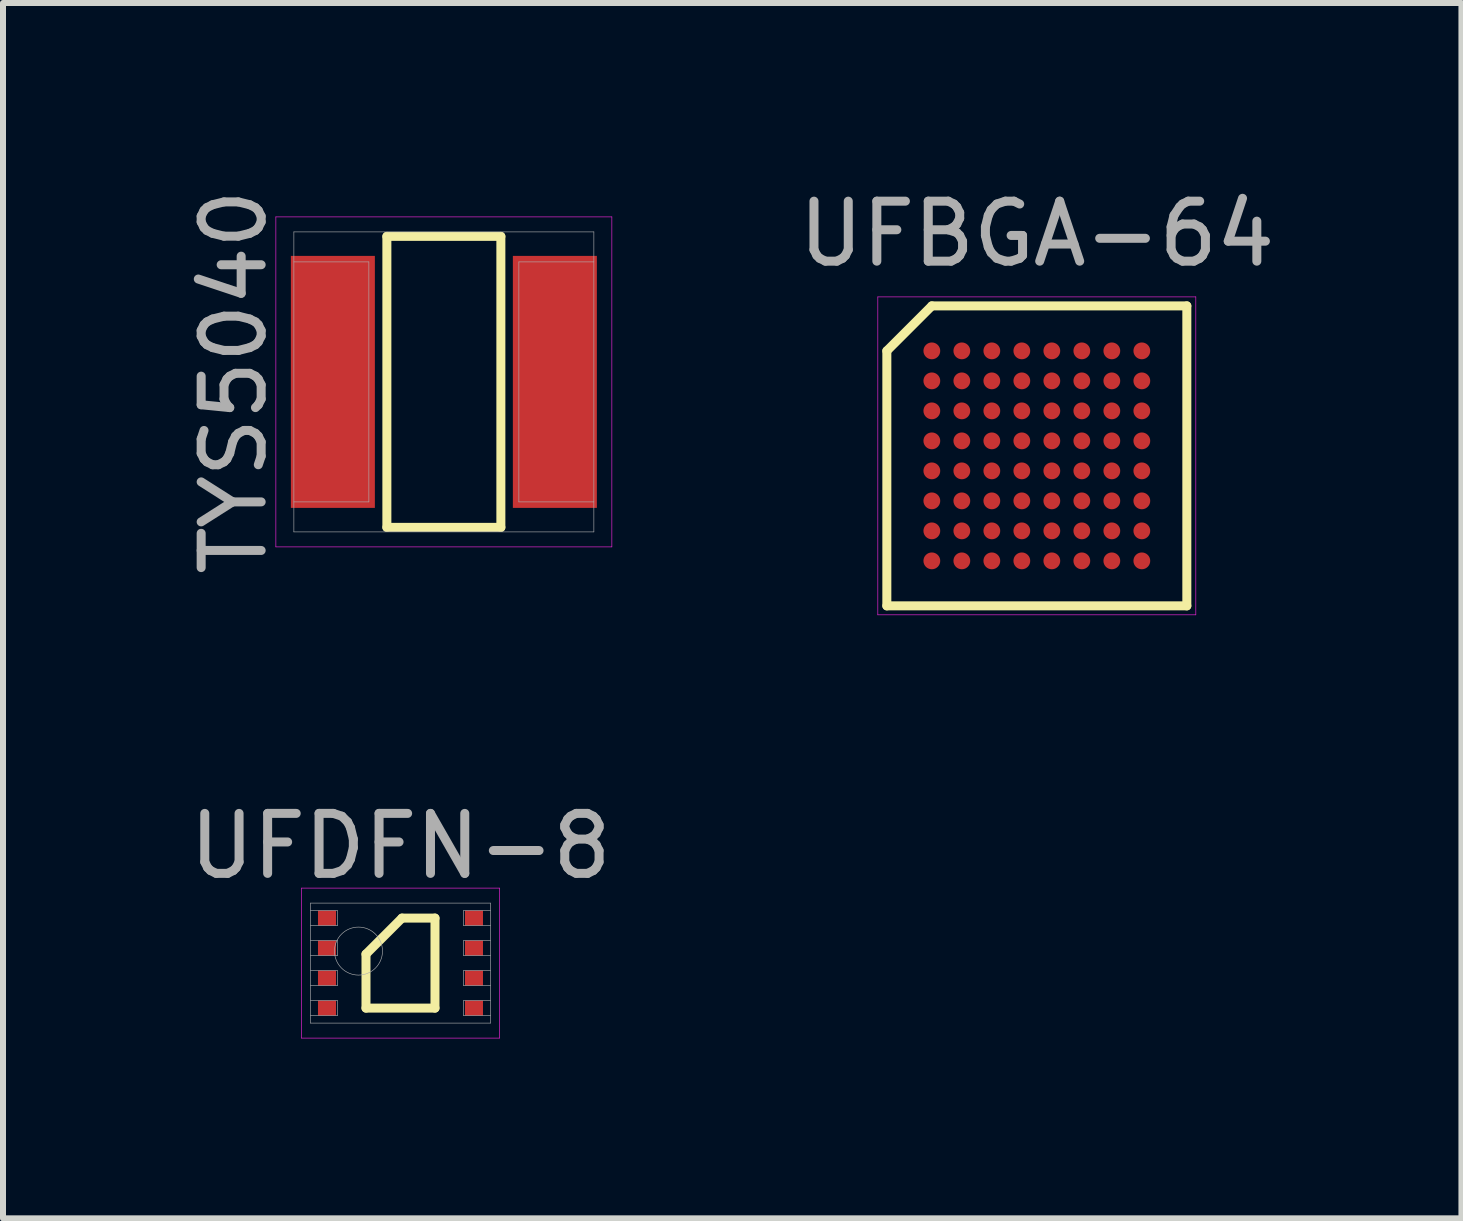
<source format=kicad_pcb>
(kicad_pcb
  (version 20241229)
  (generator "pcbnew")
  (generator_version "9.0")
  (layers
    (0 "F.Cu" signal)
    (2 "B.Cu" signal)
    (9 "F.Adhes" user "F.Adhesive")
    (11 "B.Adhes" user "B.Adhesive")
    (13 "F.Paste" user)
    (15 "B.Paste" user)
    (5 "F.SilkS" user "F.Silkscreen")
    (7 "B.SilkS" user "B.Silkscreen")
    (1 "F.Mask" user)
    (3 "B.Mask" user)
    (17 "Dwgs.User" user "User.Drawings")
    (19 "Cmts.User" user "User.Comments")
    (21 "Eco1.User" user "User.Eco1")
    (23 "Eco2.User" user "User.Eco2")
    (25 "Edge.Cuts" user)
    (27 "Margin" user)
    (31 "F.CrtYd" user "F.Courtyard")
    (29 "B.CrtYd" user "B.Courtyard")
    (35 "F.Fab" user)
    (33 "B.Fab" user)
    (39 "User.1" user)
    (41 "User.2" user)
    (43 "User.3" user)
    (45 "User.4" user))
  (footprint "TYS5040"
    (layer "F.Cu")
    (at 4.348 3.315)
    (property "Reference" "TYS5040" (at -3.5 0 90) (layer "F.Fab") (effects (font (size 1 1) (thickness 0.15))))
    (attr smd)
    (fp_line (start -0.95 -2.425) (end 0.95 -2.425) (stroke (width 0.15) (type solid)) (layer "F.SilkS"))
    (fp_line (start -0.95 2.425) (end -0.95 -2.425) (stroke (width 0.15) (type solid)) (layer "F.SilkS"))
    (fp_line (start 0.95 -2.425) (end 0.95 2.425) (stroke (width 0.15) (type solid)) (layer "F.SilkS"))
    (fp_line (start 0.95 2.425) (end -0.95 2.425) (stroke (width 0.15) (type solid)) (layer "F.SilkS"))
    (fp_line (start -2.8 -2.75) (end 2.8 -2.75) (stroke (width 0.01) (type solid)) (layer "F.CrtYd"))
    (fp_line (start -2.8 2.75) (end -2.8 -2.75) (stroke (width 0.01) (type solid)) (layer "F.CrtYd"))
    (fp_line (start 2.8 -2.75) (end 2.8 2.75) (stroke (width 0.01) (type solid)) (layer "F.CrtYd"))
    (fp_line (start 2.8 2.75) (end -2.8 2.75) (stroke (width 0.01) (type solid)) (layer "F.CrtYd"))
    (fp_line (start -2.5 -2.5) (end 2.5 -2.5) (stroke (width 0.01) (type solid)) (layer "F.Fab"))
    (fp_line (start -2.5 2.5) (end -2.5 -2.5) (stroke (width 0.01) (type solid)) (layer "F.Fab"))
    (fp_line (start -1.25 -2) (end -2.5 -2) (stroke (width 0.01) (type solid)) (layer "F.Fab"))
    (fp_line (start -1.25 -2) (end -1.25 2) (stroke (width 0.01) (type solid)) (layer "F.Fab"))
    (fp_line (start -1.25 2) (end -2.5 2) (stroke (width 0.01) (type solid)) (layer "F.Fab"))
    (fp_line (start 1.25 -2) (end 1.25 2) (stroke (width 0.01) (type solid)) (layer "F.Fab"))
    (fp_line (start 1.25 -2) (end 2.5 -2) (stroke (width 0.01) (type solid)) (layer "F.Fab"))
    (fp_line (start 1.25 2) (end 2.5 2) (stroke (width 0.01) (type solid)) (layer "F.Fab"))
    (fp_line (start 2.5 -2.5) (end 2.5 2.5) (stroke (width 0.01) (type solid)) (layer "F.Fab"))
    (fp_line (start 2.5 2.5) (end -2.5 2.5) (stroke (width 0.01) (type solid)) (layer "F.Fab"))
    (pad "1" smd rect (at -1.85 0) (size 1.4 4.2) (layers "F.Cu" "F.Mask" "F.Paste"))
    (pad "2" smd rect (at 1.85 0) (size 1.4 4.2) (layers "F.Cu" "F.Mask" "F.Paste")))
  (footprint "UFBGA-64"
    (layer "F.Cu")
    (at 14.231 4.548)
    (property "Reference" "UFBGA-64" (at 0 -3.7 0) (layer "F.Fab") (effects (font (size 1 1) (thickness 0.15))))
    (attr through_hole)
    (fp_line (start -2.5 -1.75) (end -2.5 2.5) (stroke (width 0.15) (type solid)) (layer "F.SilkS"))
    (fp_line (start -2.5 2.5) (end 2.5 2.5) (stroke (width 0.15) (type solid)) (layer "F.SilkS"))
    (fp_line (start -1.75 -2.5) (end -2.5 -1.75) (stroke (width 0.15) (type solid)) (layer "F.SilkS"))
    (fp_line (start 2.5 -2.5) (end -1.75 -2.5) (stroke (width 0.15) (type solid)) (layer "F.SilkS"))
    (fp_line (start 2.5 2.5) (end 2.5 -2.5) (stroke (width 0.15) (type solid)) (layer "F.SilkS"))
    (fp_line (start -2.65 -2.65) (end 2.65 -2.65) (stroke (width 0.01) (type solid)) (layer "F.CrtYd"))
    (fp_line (start -2.65 2.65) (end -2.65 -2.65) (stroke (width 0.01) (type solid)) (layer "F.CrtYd"))
    (fp_line (start 2.65 -2.65) (end 2.65 2.65) (stroke (width 0.01) (type solid)) (layer "F.CrtYd"))
    (fp_line (start 2.65 2.65) (end -2.65 2.65) (stroke (width 0.01) (type solid)) (layer "F.CrtYd"))
    (pad "A1" smd circle (at -1.75 -1.75) (size 0.28 0.28) (layers "F.Cu" "F.Mask" "F.Paste"))
    (pad "A2" smd circle (at -1.25 -1.75) (size 0.28 0.28) (layers "F.Cu" "F.Mask" "F.Paste"))
    (pad "A3" smd circle (at -0.75 -1.75) (size 0.28 0.28) (layers "F.Cu" "F.Mask" "F.Paste"))
    (pad "A4" smd circle (at -0.25 -1.75) (size 0.28 0.28) (layers "F.Cu" "F.Mask" "F.Paste"))
    (pad "A5" smd circle (at 0.25 -1.75) (size 0.28 0.28) (layers "F.Cu" "F.Mask" "F.Paste"))
    (pad "A6" smd circle (at 0.75 -1.75) (size 0.28 0.28) (layers "F.Cu" "F.Mask" "F.Paste"))
    (pad "A7" smd circle (at 1.25 -1.75) (size 0.28 0.28) (layers "F.Cu" "F.Mask" "F.Paste"))
    (pad "A8" smd circle (at 1.75 -1.75) (size 0.28 0.28) (layers "F.Cu" "F.Mask" "F.Paste"))
    (pad "B1" smd circle (at -1.75 -1.25) (size 0.28 0.28) (layers "F.Cu" "F.Mask" "F.Paste"))
    (pad "B2" smd circle (at -1.25 -1.25) (size 0.28 0.28) (layers "F.Cu" "F.Mask" "F.Paste"))
    (pad "B3" smd circle (at -0.75 -1.25) (size 0.28 0.28) (layers "F.Cu" "F.Mask" "F.Paste"))
    (pad "B4" smd circle (at -0.25 -1.25) (size 0.28 0.28) (layers "F.Cu" "F.Mask" "F.Paste"))
    (pad "B5" smd circle (at 0.25 -1.25) (size 0.28 0.28) (layers "F.Cu" "F.Mask" "F.Paste"))
    (pad "B6" smd circle (at 0.75 -1.25) (size 0.28 0.28) (layers "F.Cu" "F.Mask" "F.Paste"))
    (pad "B7" smd circle (at 1.25 -1.25) (size 0.28 0.28) (layers "F.Cu" "F.Mask" "F.Paste"))
    (pad "B8" smd circle (at 1.75 -1.25) (size 0.28 0.28) (layers "F.Cu" "F.Mask" "F.Paste"))
    (pad "C1" smd circle (at -1.75 -0.75) (size 0.28 0.28) (layers "F.Cu" "F.Mask" "F.Paste"))
    (pad "C2" smd circle (at -1.25 -0.75) (size 0.28 0.28) (layers "F.Cu" "F.Mask" "F.Paste"))
    (pad "C3" smd circle (at -0.75 -0.75) (size 0.28 0.28) (layers "F.Cu" "F.Mask" "F.Paste"))
    (pad "C4" smd circle (at -0.25 -0.75) (size 0.28 0.28) (layers "F.Cu" "F.Mask" "F.Paste"))
    (pad "C5" smd circle (at 0.25 -0.75) (size 0.28 0.28) (layers "F.Cu" "F.Mask" "F.Paste"))
    (pad "C6" smd circle (at 0.75 -0.75) (size 0.28 0.28) (layers "F.Cu" "F.Mask" "F.Paste"))
    (pad "C7" smd circle (at 1.25 -0.75) (size 0.28 0.28) (layers "F.Cu" "F.Mask" "F.Paste"))
    (pad "C8" smd circle (at 1.75 -0.75) (size 0.28 0.28) (layers "F.Cu" "F.Mask" "F.Paste"))
    (pad "D1" smd circle (at -1.75 -0.25) (size 0.28 0.28) (layers "F.Cu" "F.Mask" "F.Paste"))
    (pad "D2" smd circle (at -1.25 -0.25) (size 0.28 0.28) (layers "F.Cu" "F.Mask" "F.Paste"))
    (pad "D3" smd circle (at -0.75 -0.25) (size 0.28 0.28) (layers "F.Cu" "F.Mask" "F.Paste"))
    (pad "D4" smd circle (at -0.25 -0.25) (size 0.28 0.28) (layers "F.Cu" "F.Mask" "F.Paste"))
    (pad "D5" smd circle (at 0.25 -0.25) (size 0.28 0.28) (layers "F.Cu" "F.Mask" "F.Paste"))
    (pad "D6" smd circle (at 0.75 -0.25) (size 0.28 0.28) (layers "F.Cu" "F.Mask" "F.Paste"))
    (pad "D7" smd circle (at 1.25 -0.25) (size 0.28 0.28) (layers "F.Cu" "F.Mask" "F.Paste"))
    (pad "D8" smd circle (at 1.75 -0.25) (size 0.28 0.28) (layers "F.Cu" "F.Mask" "F.Paste"))
    (pad "E1" smd circle (at -1.75 0.25) (size 0.28 0.28) (layers "F.Cu" "F.Mask" "F.Paste"))
    (pad "E2" smd circle (at -1.25 0.25) (size 0.28 0.28) (layers "F.Cu" "F.Mask" "F.Paste"))
    (pad "E3" smd circle (at -0.75 0.25) (size 0.28 0.28) (layers "F.Cu" "F.Mask" "F.Paste"))
    (pad "E4" smd circle (at -0.25 0.25) (size 0.28 0.28) (layers "F.Cu" "F.Mask" "F.Paste"))
    (pad "E5" smd circle (at 0.25 0.25) (size 0.28 0.28) (layers "F.Cu" "F.Mask" "F.Paste"))
    (pad "E6" smd circle (at 0.75 0.25) (size 0.28 0.28) (layers "F.Cu" "F.Mask" "F.Paste"))
    (pad "E7" smd circle (at 1.25 0.25) (size 0.28 0.28) (layers "F.Cu" "F.Mask" "F.Paste"))
    (pad "E8" smd circle (at 1.75 0.25) (size 0.28 0.28) (layers "F.Cu" "F.Mask" "F.Paste"))
    (pad "F1" smd circle (at -1.75 0.75) (size 0.28 0.28) (layers "F.Cu" "F.Mask" "F.Paste"))
    (pad "F2" smd circle (at -1.25 0.75) (size 0.28 0.28) (layers "F.Cu" "F.Mask" "F.Paste"))
    (pad "F3" smd circle (at -0.75 0.75) (size 0.28 0.28) (layers "F.Cu" "F.Mask" "F.Paste"))
    (pad "F4" smd circle (at -0.25 0.75) (size 0.28 0.28) (layers "F.Cu" "F.Mask" "F.Paste"))
    (pad "F5" smd circle (at 0.25 0.75) (size 0.28 0.28) (layers "F.Cu" "F.Mask" "F.Paste"))
    (pad "F6" smd circle (at 0.75 0.75) (size 0.28 0.28) (layers "F.Cu" "F.Mask" "F.Paste"))
    (pad "F7" smd circle (at 1.25 0.75) (size 0.28 0.28) (layers "F.Cu" "F.Mask" "F.Paste"))
    (pad "F8" smd circle (at 1.75 0.75) (size 0.28 0.28) (layers "F.Cu" "F.Mask" "F.Paste"))
    (pad "G1" smd circle (at -1.75 1.25) (size 0.28 0.28) (layers "F.Cu" "F.Mask" "F.Paste"))
    (pad "G2" smd circle (at -1.25 1.25) (size 0.28 0.28) (layers "F.Cu" "F.Mask" "F.Paste"))
    (pad "G3" smd circle (at -0.75 1.25) (size 0.28 0.28) (layers "F.Cu" "F.Mask" "F.Paste"))
    (pad "G4" smd circle (at -0.25 1.25) (size 0.28 0.28) (layers "F.Cu" "F.Mask" "F.Paste"))
    (pad "G5" smd circle (at 0.25 1.25) (size 0.28 0.28) (layers "F.Cu" "F.Mask" "F.Paste"))
    (pad "G6" smd circle (at 0.75 1.25) (size 0.28 0.28) (layers "F.Cu" "F.Mask" "F.Paste"))
    (pad "G7" smd circle (at 1.25 1.25) (size 0.28 0.28) (layers "F.Cu" "F.Mask" "F.Paste"))
    (pad "G8" smd circle (at 1.75 1.25) (size 0.28 0.28) (layers "F.Cu" "F.Mask" "F.Paste"))
    (pad "H1" smd circle (at -1.75 1.75) (size 0.28 0.28) (layers "F.Cu" "F.Mask" "F.Paste"))
    (pad "H2" smd circle (at -1.25 1.75) (size 0.28 0.28) (layers "F.Cu" "F.Mask" "F.Paste"))
    (pad "H3" smd circle (at -0.75 1.75) (size 0.28 0.28) (layers "F.Cu" "F.Mask" "F.Paste"))
    (pad "H4" smd circle (at -0.25 1.75) (size 0.28 0.28) (layers "F.Cu" "F.Mask" "F.Paste"))
    (pad "H5" smd circle (at 0.25 1.75) (size 0.28 0.28) (layers "F.Cu" "F.Mask" "F.Paste"))
    (pad "H6" smd circle (at 0.75 1.75) (size 0.28 0.28) (layers "F.Cu" "F.Mask" "F.Paste"))
    (pad "H7" smd circle (at 1.25 1.75) (size 0.28 0.28) (layers "F.Cu" "F.Mask" "F.Paste"))
    (pad "H8" smd circle (at 1.75 1.75) (size 0.28 0.28) (layers "F.Cu" "F.Mask" "F.Paste")))
  (footprint "UFDFN-8"
    (layer "F.Cu")
    (at 3.625 13.002)
    (property "Reference" "UFDFN-8" (at 0 -1.95 0) (layer "F.Fab") (effects (font (size 1 1) (thickness 0.15))))
    (attr smd)
    (fp_line (start -0.575 -0.15) (end 0.025 -0.75) (stroke (width 0.15) (type solid)) (layer "F.SilkS"))
    (fp_line (start -0.575 0.75) (end -0.575 -0.15) (stroke (width 0.15) (type solid)) (layer "F.SilkS"))
    (fp_line (start 0.025 -0.75) (end 0.575 -0.75) (stroke (width 0.15) (type solid)) (layer "F.SilkS"))
    (fp_line (start 0.575 -0.75) (end 0.575 0.75) (stroke (width 0.15) (type solid)) (layer "F.SilkS"))
    (fp_line (start 0.575 0.75) (end -0.575 0.75) (stroke (width 0.15) (type solid)) (layer "F.SilkS"))
    (fp_line (start -1.65 -1.25) (end 1.65 -1.25) (stroke (width 0.01) (type solid)) (layer "F.CrtYd"))
    (fp_line (start -1.65 1.25) (end -1.65 -1.25) (stroke (width 0.01) (type solid)) (layer "F.CrtYd"))
    (fp_line (start 1.65 -1.25) (end 1.65 1.25) (stroke (width 0.01) (type solid)) (layer "F.CrtYd"))
    (fp_line (start 1.65 1.25) (end -1.65 1.25) (stroke (width 0.01) (type solid)) (layer "F.CrtYd"))
    (fp_line (start -1.5 -1) (end 1.5 -1) (stroke (width 0.01) (type solid)) (layer "F.Fab"))
    (fp_line (start -1.5 -0.625) (end -1.05 -0.625) (stroke (width 0.01) (type solid)) (layer "F.Fab"))
    (fp_line (start -1.5 -0.125) (end -1.05 -0.125) (stroke (width 0.01) (type solid)) (layer "F.Fab"))
    (fp_line (start -1.5 0.375) (end -1.05 0.375) (stroke (width 0.01) (type solid)) (layer "F.Fab"))
    (fp_line (start -1.5 0.875) (end -1.05 0.875) (stroke (width 0.01) (type solid)) (layer "F.Fab"))
    (fp_line (start -1.5 1) (end -1.5 -1) (stroke (width 0.01) (type solid)) (layer "F.Fab"))
    (fp_line (start -1.05 -0.875) (end -1.5 -0.875) (stroke (width 0.01) (type solid)) (layer "F.Fab"))
    (fp_line (start -1.05 -0.625) (end -1.05 -0.875) (stroke (width 0.01) (type solid)) (layer "F.Fab"))
    (fp_line (start -1.05 -0.375) (end -1.5 -0.375) (stroke (width 0.01) (type solid)) (layer "F.Fab"))
    (fp_line (start -1.05 -0.125) (end -1.05 -0.375) (stroke (width 0.01) (type solid)) (layer "F.Fab"))
    (fp_line (start -1.05 0.125) (end -1.5 0.125) (stroke (width 0.01) (type solid)) (layer "F.Fab"))
    (fp_line (start -1.05 0.375) (end -1.05 0.125) (stroke (width 0.01) (type solid)) (layer "F.Fab"))
    (fp_line (start -1.05 0.625) (end -1.5 0.625) (stroke (width 0.01) (type solid)) (layer "F.Fab"))
    (fp_line (start -1.05 0.875) (end -1.05 0.625) (stroke (width 0.01) (type solid)) (layer "F.Fab"))
    (fp_line (start 1.05 -0.875) (end 1.05 -0.625) (stroke (width 0.01) (type solid)) (layer "F.Fab"))
    (fp_line (start 1.05 -0.625) (end 1.5 -0.625) (stroke (width 0.01) (type solid)) (layer "F.Fab"))
    (fp_line (start 1.05 -0.375) (end 1.05 -0.125) (stroke (width 0.01) (type solid)) (layer "F.Fab"))
    (fp_line (start 1.05 -0.125) (end 1.5 -0.125) (stroke (width 0.01) (type solid)) (layer "F.Fab"))
    (fp_line (start 1.05 0.125) (end 1.05 0.375) (stroke (width 0.01) (type solid)) (layer "F.Fab"))
    (fp_line (start 1.05 0.375) (end 1.5 0.375) (stroke (width 0.01) (type solid)) (layer "F.Fab"))
    (fp_line (start 1.05 0.625) (end 1.05 0.875) (stroke (width 0.01) (type solid)) (layer "F.Fab"))
    (fp_line (start 1.05 0.875) (end 1.5 0.875) (stroke (width 0.01) (type solid)) (layer "F.Fab"))
    (fp_line (start 1.5 -1) (end 1.5 1) (stroke (width 0.01) (type solid)) (layer "F.Fab"))
    (fp_line (start 1.5 -0.875) (end 1.05 -0.875) (stroke (width 0.01) (type solid)) (layer "F.Fab"))
    (fp_line (start 1.5 -0.375) (end 1.05 -0.375) (stroke (width 0.01) (type solid)) (layer "F.Fab"))
    (fp_line (start 1.5 0.125) (end 1.05 0.125) (stroke (width 0.01) (type solid)) (layer "F.Fab"))
    (fp_line (start 1.5 0.625) (end 1.05 0.625) (stroke (width 0.01) (type solid)) (layer "F.Fab"))
    (fp_line (start 1.5 1) (end -1.5 1) (stroke (width 0.01) (type solid)) (layer "F.Fab"))
    (fp_circle (center -0.7 -0.2) (end -0.7 0.2) (stroke (width 0.01) (type solid)) (fill no) (layer "F.Fab"))
    (pad "1" smd rect (at -1.225 -0.75) (size 0.3 0.25) (layers "F.Cu" "F.Mask" "F.Paste"))
    (pad "2" smd rect (at -1.225 -0.25) (size 0.3 0.25) (layers "F.Cu" "F.Mask" "F.Paste"))
    (pad "3" smd rect (at -1.225 0.25) (size 0.3 0.25) (layers "F.Cu" "F.Mask" "F.Paste"))
    (pad "4" smd rect (at -1.225 0.75) (size 0.3 0.25) (layers "F.Cu" "F.Mask" "F.Paste"))
    (pad "5" smd rect (at 1.225 0.75) (size 0.3 0.25) (layers "F.Cu" "F.Mask" "F.Paste"))
    (pad "6" smd rect (at 1.225 0.25) (size 0.3 0.25) (layers "F.Cu" "F.Mask" "F.Paste"))
    (pad "7" smd rect (at 1.225 -0.25) (size 0.3 0.25) (layers "F.Cu" "F.Mask" "F.Paste"))
    (pad "8" smd rect (at 1.225 -0.75) (size 0.3 0.25) (layers "F.Cu" "F.Mask" "F.Paste")))
  (gr_rect
    (start -3 -3)
    (end 21.308 17.256)
    (stroke (width 0.1) (type default))
    (fill no)
    (layer "Edge.Cuts")))
</source>
